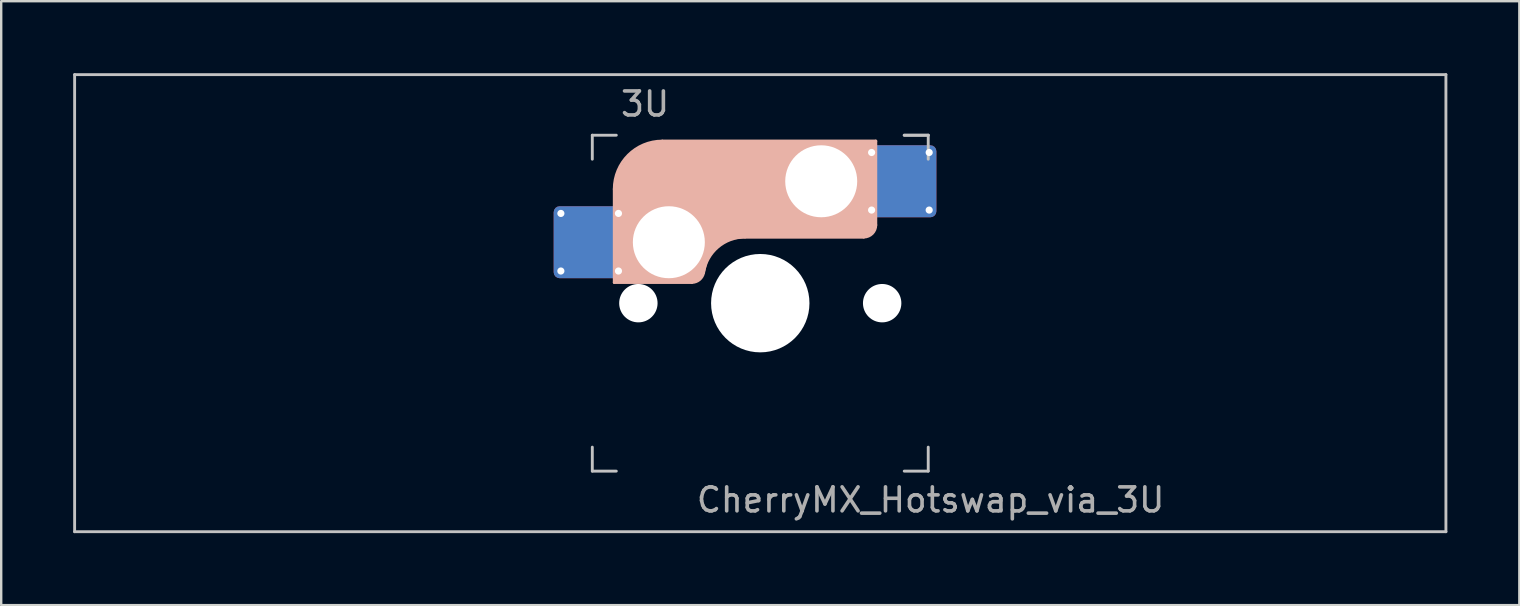
<source format=kicad_pcb>
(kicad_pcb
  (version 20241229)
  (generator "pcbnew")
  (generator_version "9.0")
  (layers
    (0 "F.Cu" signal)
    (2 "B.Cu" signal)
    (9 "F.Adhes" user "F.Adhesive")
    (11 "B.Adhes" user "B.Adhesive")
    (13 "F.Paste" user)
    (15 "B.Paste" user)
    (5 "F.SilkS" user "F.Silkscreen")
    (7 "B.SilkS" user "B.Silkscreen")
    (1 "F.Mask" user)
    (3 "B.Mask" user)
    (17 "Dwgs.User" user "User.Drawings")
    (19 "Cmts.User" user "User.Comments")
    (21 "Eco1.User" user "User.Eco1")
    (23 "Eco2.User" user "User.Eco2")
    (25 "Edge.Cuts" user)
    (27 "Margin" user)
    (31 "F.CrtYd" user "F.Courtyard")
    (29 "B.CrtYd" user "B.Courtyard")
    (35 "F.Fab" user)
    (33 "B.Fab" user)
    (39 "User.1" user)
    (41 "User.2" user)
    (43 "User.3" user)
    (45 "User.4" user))
  (footprint "CherryMX_Hotswap_via_3U"
    (layer "F.Cu")
    (at 28.635 9.585)
    (property "Reference" "CherryMX_Hotswap_via_3U" (at 7.1 8.2 0) (layer "F.Fab") (effects (font (size 1 1) (thickness 0.15))))
    (attr through_hole)
    (fp_line (start -8.11 -1.74) (end -8.11 -3.34) (stroke (width 0.12) (type solid)) (layer "B.Mask"))
    (fp_line (start -7.91 -3.54) (end -6.31 -3.54) (stroke (width 0.12) (type solid)) (layer "B.Mask"))
    (fp_line (start -6.31 -1.54) (end -7.91 -1.54) (stroke (width 0.12) (type solid)) (layer "B.Mask"))
    (fp_line (start -6.11 -3.34) (end -6.11 -1.74) (stroke (width 0.12) (type solid)) (layer "B.Mask"))
    (fp_line (start 4.84 -5.88) (end 4.84 -4.28) (stroke (width 0.12) (type solid)) (layer "B.Mask"))
    (fp_line (start 5.04 -6.08) (end 6.64 -6.08) (stroke (width 0.12) (type solid)) (layer "B.Mask"))
    (fp_line (start 5.04 -4.08) (end 6.64 -4.08) (stroke (width 0.12) (type solid)) (layer "B.Mask"))
    (fp_line (start 6.84 -4.28) (end 6.84 -5.88) (stroke (width 0.12) (type solid)) (layer "B.Mask"))
    (fp_arc (start -8.11 -3.34) (mid -8.051421 -3.481421) (end -7.91 -3.54) (stroke (width 0.12) (type solid)) (layer "B.Mask"))
    (fp_arc (start -7.91 -1.54) (mid -8.051421 -1.598579) (end -8.11 -1.74) (stroke (width 0.12) (type solid)) (layer "B.Mask"))
    (fp_arc (start -6.31 -3.54) (mid -6.168579 -3.481421) (end -6.11 -3.34) (stroke (width 0.12) (type solid)) (layer "B.Mask"))
    (fp_arc (start -6.11 -1.74) (mid -6.168579 -1.598579) (end -6.31 -1.54) (stroke (width 0.12) (type solid)) (layer "B.Mask"))
    (fp_arc (start 4.84 -5.88) (mid 4.898579 -6.021421) (end 5.04 -6.08) (stroke (width 0.12) (type solid)) (layer "B.Mask"))
    (fp_arc (start 5.04 -4.08) (mid 4.898579 -4.138579) (end 4.84 -4.28) (stroke (width 0.12) (type solid)) (layer "B.Mask"))
    (fp_arc (start 6.64 -6.08) (mid 6.781421 -6.021421) (end 6.84 -5.88) (stroke (width 0.12) (type solid)) (layer "B.Mask"))
    (fp_arc (start 6.84 -4.28) (mid 6.781421 -4.138579) (end 6.64 -4.08) (stroke (width 0.12) (type solid)) (layer "B.Mask"))
    (fp_poly (pts (xy -6.11 -3.34) (xy -6.11 -1.74) (xy -6.31 -1.54) (xy -7.91 -1.54) (xy -8.11 -1.74) (xy -8.11 -3.34) (xy -7.91 -3.54) (xy -6.31 -3.54)) (stroke (width 0.1) (type solid)) (fill yes) (layer "B.Mask"))
    (fp_poly (pts (xy 6.84 -5.88) (xy 6.84 -4.28) (xy 6.64 -4.08) (xy 5.04 -4.08) (xy 4.84 -4.28) (xy 4.84 -5.88) (xy 5.04 -6.08) (xy 6.64 -6.08)) (stroke (width 0.1) (type solid)) (fill yes) (layer "B.Mask"))
    (fp_line (start -6.085 -0.865) (end -6.085 -4.755) (stroke (width 0.12) (type solid)) (layer "B.SilkS"))
    (fp_line (start -4.085 -6.755) (end 4.815 -6.755) (stroke (width 0.12) (type solid)) (layer "B.SilkS"))
    (fp_line (start -2.852 -0.865) (end -6.085 -0.865) (stroke (width 0.12) (type solid)) (layer "B.SilkS"))
    (fp_line (start -0.635 -2.755) (end 4.315 -2.755) (stroke (width 0.12) (type solid)) (layer "B.SilkS"))
    (fp_line (start 4.815 -6.755) (end 4.815 -3.255) (stroke (width 0.12) (type solid)) (layer "B.SilkS"))
    (fp_arc (start -6.085 -4.755) (mid -5.499214 -6.169214) (end -4.085 -6.755) (stroke (width 0.12) (type solid)) (layer "B.SilkS"))
    (fp_arc (start -2.360959 -1.278326) (mid -1.770727 -2.335454) (end -0.635 -2.755) (stroke (width 0.12) (type solid)) (layer "B.SilkS"))
    (fp_arc (start -2.36 -1.278176) (mid -2.53101 -0.981978) (end -2.852404 -0.865) (stroke (width 0.12) (type solid)) (layer "B.SilkS"))
    (fp_arc (start 4.815 -3.255) (mid 4.668553 -2.901447) (end 4.315 -2.755) (stroke (width 0.12) (type solid)) (layer "B.SilkS"))
    (fp_poly (pts (xy 4.815 -3.255) (xy 4.633 -2.937) (xy 4.315 -2.755) (xy -0.635 -2.755) (xy -1.259 -2.696) (xy -1.805 -2.376) (xy -2.207 -1.885) (xy -2.361 -1.278) (xy -2.563 -1.02) (xy -2.852 -0.865) (xy -6.085 -0.865) (xy -6.085 -4.755) (xy -5.887 -5.501) (xy -5.464 -6.134) (xy -4.831 -6.557) (xy -4.085 -6.755) (xy 4.815 -6.755)) (stroke (width 0.1) (type solid)) (fill yes) (layer "B.SilkS"))
    (fp_line (start -8.11 -1.74) (end -8.11 -3.34) (stroke (width 0.12) (type solid)) (layer "B.Paste"))
    (fp_line (start -7.91 -3.54) (end -6.31 -3.54) (stroke (width 0.12) (type solid)) (layer "B.Paste"))
    (fp_line (start -6.31 -1.54) (end -7.91 -1.54) (stroke (width 0.12) (type solid)) (layer "B.Paste"))
    (fp_line (start -6.11 -3.34) (end -6.11 -1.74) (stroke (width 0.12) (type solid)) (layer "B.Paste"))
    (fp_line (start 4.84 -5.88) (end 4.84 -4.28) (stroke (width 0.12) (type solid)) (layer "B.Paste"))
    (fp_line (start 5.04 -6.08) (end 6.64 -6.08) (stroke (width 0.12) (type solid)) (layer "B.Paste"))
    (fp_line (start 5.04 -4.08) (end 6.64 -4.08) (stroke (width 0.12) (type solid)) (layer "B.Paste"))
    (fp_line (start 6.84 -4.28) (end 6.84 -5.88) (stroke (width 0.12) (type solid)) (layer "B.Paste"))
    (fp_arc (start -8.11 -3.34) (mid -8.051421 -3.481421) (end -7.91 -3.54) (stroke (width 0.12) (type solid)) (layer "B.Paste"))
    (fp_arc (start -7.91 -1.54) (mid -8.051421 -1.598579) (end -8.11 -1.74) (stroke (width 0.12) (type solid)) (layer "B.Paste"))
    (fp_arc (start -6.31 -3.54) (mid -6.168579 -3.481421) (end -6.11 -3.34) (stroke (width 0.12) (type solid)) (layer "B.Paste"))
    (fp_arc (start -6.11 -1.74) (mid -6.168579 -1.598579) (end -6.31 -1.54) (stroke (width 0.12) (type solid)) (layer "B.Paste"))
    (fp_arc (start 4.84 -5.88) (mid 4.898579 -6.021421) (end 5.04 -6.08) (stroke (width 0.12) (type solid)) (layer "B.Paste"))
    (fp_arc (start 5.04 -4.08) (mid 4.898579 -4.138579) (end 4.84 -4.28) (stroke (width 0.12) (type solid)) (layer "B.Paste"))
    (fp_arc (start 6.64 -6.08) (mid 6.781421 -6.021421) (end 6.84 -5.88) (stroke (width 0.12) (type solid)) (layer "B.Paste"))
    (fp_arc (start 6.84 -4.28) (mid 6.781421 -4.138579) (end 6.64 -4.08) (stroke (width 0.12) (type solid)) (layer "B.Paste"))
    (fp_poly (pts (xy -6.11 -3.34) (xy -6.11 -1.74) (xy -6.31 -1.54) (xy -7.91 -1.54) (xy -8.11 -1.74) (xy -8.11 -3.34) (xy -7.91 -3.54) (xy -6.31 -3.54)) (stroke (width 0.1) (type solid)) (fill yes) (layer "B.Paste"))
    (fp_poly (pts (xy 6.84 -5.88) (xy 6.84 -4.28) (xy 6.64 -4.08) (xy 5.04 -4.08) (xy 4.84 -4.28) (xy 4.84 -5.88) (xy 5.04 -6.08) (xy 6.64 -6.08)) (stroke (width 0.1) (type solid)) (fill yes) (layer "B.Paste"))
    (fp_line (start -28.575 -9.525) (end 28.575 -9.525) (stroke (width 0.12) (type solid)) (layer "Dwgs.User"))
    (fp_line (start -28.575 9.525) (end -28.575 -9.525) (stroke (width 0.12) (type solid)) (layer "Dwgs.User"))
    (fp_line (start -7 -7) (end -7 -6) (stroke (width 0.12) (type solid)) (layer "Dwgs.User"))
    (fp_line (start -7 -7) (end -6 -7) (stroke (width 0.12) (type solid)) (layer "Dwgs.User"))
    (fp_line (start -7 7) (end -7 6) (stroke (width 0.12) (type solid)) (layer "Dwgs.User"))
    (fp_line (start -7 7) (end -6 7) (stroke (width 0.12) (type solid)) (layer "Dwgs.User"))
    (fp_line (start 6 -7) (end 7 -7) (stroke (width 0.12) (type solid)) (layer "Dwgs.User"))
    (fp_line (start 7 -7) (end 6 -7) (stroke (width 0.12) (type solid)) (layer "Dwgs.User"))
    (fp_line (start 7 -7) (end 7 -6) (stroke (width 0.12) (type solid)) (layer "Dwgs.User"))
    (fp_line (start 7 7) (end 6 7) (stroke (width 0.12) (type solid)) (layer "Dwgs.User"))
    (fp_line (start 7 7) (end 7 6) (stroke (width 0.12) (type solid)) (layer "Dwgs.User"))
    (fp_line (start 28.575 -9.525) (end 28.575 9.525) (stroke (width 0.12) (type solid)) (layer "Dwgs.User"))
    (fp_line (start 28.575 9.525) (end -28.575 9.525) (stroke (width 0.12) (type solid)) (layer "Dwgs.User"))
    (fp_text user "3U" (at -4.8 -8.3 0) (layer "F.Fab") (effects (font (size 1 1) (thickness 0.15))))
    (pad "" np_thru_hole circle (at -5.08 0) (size 1.6 1.6) (drill 1.6) (layers "*.Cu" "*.Mask"))
    (pad "" np_thru_hole circle (at -3.81 -2.54) (size 3 3) (drill 3) (layers "*.Cu" "*.Mask"))
    (pad "" np_thru_hole circle (at 0 0) (size 4.1 4.1) (drill 4.1) (layers "*.Cu" "*.Mask"))
    (pad "" np_thru_hole circle (at 2.54 -5.08) (size 3 3) (drill 3) (layers "*.Cu" "*.Mask"))
    (pad "" np_thru_hole circle (at 5.08 0) (size 1.6 1.6) (drill 1.6) (layers "*.Cu" "*.Mask"))
    (pad "1" thru_hole circle (at -8.31 -3.74) (size 0.5 0.5) (drill 0.3) (layers "*.Cu"))
    (pad "1" thru_hole circle (at -8.31 -1.34) (size 0.5 0.5) (drill 0.3) (layers "*.Cu"))
    (pad "1" smd roundrect (at -7.11 -2.54) (size 3 3) (layers "F.Cu") (roundrect_rratio 0.083))
    (pad "1" smd roundrect (at -7.11 -2.54 180) (size 3 3) (layers "B.Cu") (roundrect_rratio 0.083))
    (pad "1" thru_hole circle (at -5.91 -3.74) (size 0.5 0.5) (drill 0.3) (layers "*.Cu"))
    (pad "1" thru_hole circle (at -5.91 -1.34) (size 0.5 0.5) (drill 0.3) (layers "*.Cu"))
    (pad "2" thru_hole circle (at 4.64 -6.28 180) (size 0.5 0.5) (drill 0.3) (layers "*.Cu"))
    (pad "2" thru_hole circle (at 4.64 -3.88 180) (size 0.5 0.5) (drill 0.3) (layers "*.Cu"))
    (pad "2" smd roundrect (at 5.84 -5.08 180) (size 3 3) (layers "F.Cu") (roundrect_rratio 0.083))
    (pad "2" smd roundrect (at 5.84 -5.08 180) (size 3 3) (layers "B.Cu") (roundrect_rratio 0.083))
    (pad "2" thru_hole circle (at 7.04 -6.28 180) (size 0.5 0.5) (drill 0.3) (layers "*.Cu"))
    (pad "2" thru_hole circle (at 7.04 -3.88 180) (size 0.5 0.5) (drill 0.3) (layers "*.Cu")))
  (gr_rect
    (start -3 -3)
    (end 60.27 22.17)
    (stroke (width 0.1) (type default))
    (fill no)
    (layer "Edge.Cuts")))
</source>
